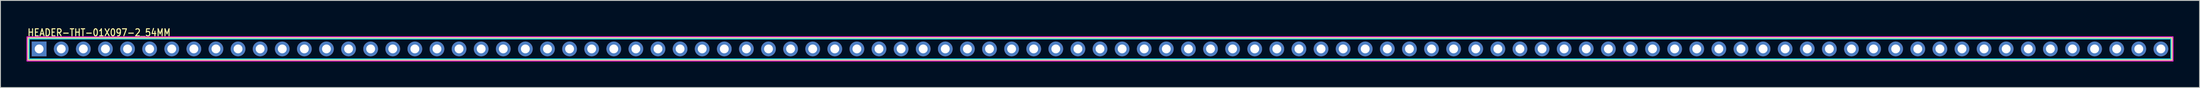
<source format=kicad_pcb>
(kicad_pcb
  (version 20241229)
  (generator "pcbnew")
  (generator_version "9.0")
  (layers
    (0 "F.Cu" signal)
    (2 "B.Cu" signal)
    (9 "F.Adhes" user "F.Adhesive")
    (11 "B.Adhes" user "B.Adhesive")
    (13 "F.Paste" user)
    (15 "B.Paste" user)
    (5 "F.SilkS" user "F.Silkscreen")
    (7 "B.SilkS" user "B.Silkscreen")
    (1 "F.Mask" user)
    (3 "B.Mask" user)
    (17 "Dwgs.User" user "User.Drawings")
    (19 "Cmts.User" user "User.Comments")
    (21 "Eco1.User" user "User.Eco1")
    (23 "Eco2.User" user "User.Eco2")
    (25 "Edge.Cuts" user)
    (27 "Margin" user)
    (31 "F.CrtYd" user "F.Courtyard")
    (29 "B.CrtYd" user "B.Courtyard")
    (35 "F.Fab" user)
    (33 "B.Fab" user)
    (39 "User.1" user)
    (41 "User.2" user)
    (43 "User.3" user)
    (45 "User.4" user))
  (footprint "HEADER-THT-01X097-2_54MM"
    (layer "F.Cu")
    (at 1.447 2.579)
    (property "Reference" "HEADER-THT-01X097-2_54MM" (at -1.4 -1.4 0) (unlocked yes) (layer "F.SilkS") (effects (font (size 0.813 0.695) (thickness 0.122)) (justify left bottom)))
    (fp_line (start -1.27 -1.27) (end -1.27 1.27) (stroke (width 0.127) (type solid)) (layer "F.SilkS"))
    (fp_line (start -1.27 1.27) (end 245.11 1.27) (stroke (width 0.127) (type solid)) (layer "F.SilkS"))
    (fp_line (start 245.11 -1.27) (end -1.27 -1.27) (stroke (width 0.127) (type solid)) (layer "F.SilkS"))
    (fp_line (start 245.11 1.27) (end 245.11 -1.27) (stroke (width 0.127) (type solid)) (layer "F.SilkS"))
    (fp_poly (pts (xy -1.143 -1.143) (xy 244.983 -1.143) (xy 244.983 1.143) (xy -1.143 1.143)) (stroke (width 0.1) (type solid)) (fill no) (layer "B.CrtYd"))
    (fp_poly (pts (xy -1.397 -1.397) (xy 245.237 -1.397) (xy 245.237 1.397) (xy -1.397 1.397)) (stroke (width 0.1) (type solid)) (fill no) (layer "F.CrtYd"))
    (pad "1" thru_hole rect (at 0 0) (size 1.693 1.693) (drill 1.016) (layers "*.Cu" "*.Mask"))
    (pad "2" thru_hole oval (at 2.54 0) (size 1.693 1.693) (drill 1.016) (layers "*.Cu" "*.Mask"))
    (pad "3" thru_hole oval (at 5.08 0) (size 1.693 1.693) (drill 1.016) (layers "*.Cu" "*.Mask"))
    (pad "4" thru_hole oval (at 7.62 0) (size 1.693 1.693) (drill 1.016) (layers "*.Cu" "*.Mask"))
    (pad "5" thru_hole oval (at 10.16 0) (size 1.693 1.693) (drill 1.016) (layers "*.Cu" "*.Mask"))
    (pad "6" thru_hole oval (at 12.7 0) (size 1.693 1.693) (drill 1.016) (layers "*.Cu" "*.Mask"))
    (pad "7" thru_hole oval (at 15.24 0) (size 1.693 1.693) (drill 1.016) (layers "*.Cu" "*.Mask"))
    (pad "8" thru_hole oval (at 17.78 0) (size 1.693 1.693) (drill 1.016) (layers "*.Cu" "*.Mask"))
    (pad "9" thru_hole oval (at 20.32 0) (size 1.693 1.693) (drill 1.016) (layers "*.Cu" "*.Mask"))
    (pad "10" thru_hole oval (at 22.86 0) (size 1.693 1.693) (drill 1.016) (layers "*.Cu" "*.Mask"))
    (pad "11" thru_hole oval (at 25.4 0) (size 1.693 1.693) (drill 1.016) (layers "*.Cu" "*.Mask"))
    (pad "12" thru_hole oval (at 27.94 0) (size 1.693 1.693) (drill 1.016) (layers "*.Cu" "*.Mask"))
    (pad "13" thru_hole oval (at 30.48 0) (size 1.693 1.693) (drill 1.016) (layers "*.Cu" "*.Mask"))
    (pad "14" thru_hole oval (at 33.02 0) (size 1.693 1.693) (drill 1.016) (layers "*.Cu" "*.Mask"))
    (pad "15" thru_hole oval (at 35.56 0) (size 1.693 1.693) (drill 1.016) (layers "*.Cu" "*.Mask"))
    (pad "16" thru_hole oval (at 38.1 0) (size 1.693 1.693) (drill 1.016) (layers "*.Cu" "*.Mask"))
    (pad "17" thru_hole oval (at 40.64 0) (size 1.693 1.693) (drill 1.016) (layers "*.Cu" "*.Mask"))
    (pad "18" thru_hole oval (at 43.18 0) (size 1.693 1.693) (drill 1.016) (layers "*.Cu" "*.Mask"))
    (pad "19" thru_hole oval (at 45.72 0) (size 1.693 1.693) (drill 1.016) (layers "*.Cu" "*.Mask"))
    (pad "20" thru_hole oval (at 48.26 0) (size 1.693 1.693) (drill 1.016) (layers "*.Cu" "*.Mask"))
    (pad "21" thru_hole oval (at 50.8 0) (size 1.693 1.693) (drill 1.016) (layers "*.Cu" "*.Mask"))
    (pad "22" thru_hole oval (at 53.34 0) (size 1.693 1.693) (drill 1.016) (layers "*.Cu" "*.Mask"))
    (pad "23" thru_hole oval (at 55.88 0) (size 1.693 1.693) (drill 1.016) (layers "*.Cu" "*.Mask"))
    (pad "24" thru_hole oval (at 58.42 0) (size 1.693 1.693) (drill 1.016) (layers "*.Cu" "*.Mask"))
    (pad "25" thru_hole oval (at 60.96 0) (size 1.693 1.693) (drill 1.016) (layers "*.Cu" "*.Mask"))
    (pad "26" thru_hole oval (at 63.5 0) (size 1.693 1.693) (drill 1.016) (layers "*.Cu" "*.Mask"))
    (pad "27" thru_hole oval (at 66.04 0) (size 1.693 1.693) (drill 1.016) (layers "*.Cu" "*.Mask"))
    (pad "28" thru_hole oval (at 68.58 0) (size 1.693 1.693) (drill 1.016) (layers "*.Cu" "*.Mask"))
    (pad "29" thru_hole oval (at 71.12 0) (size 1.693 1.693) (drill 1.016) (layers "*.Cu" "*.Mask"))
    (pad "30" thru_hole oval (at 73.66 0) (size 1.693 1.693) (drill 1.016) (layers "*.Cu" "*.Mask"))
    (pad "31" thru_hole oval (at 76.2 0) (size 1.693 1.693) (drill 1.016) (layers "*.Cu" "*.Mask"))
    (pad "32" thru_hole oval (at 78.74 0) (size 1.693 1.693) (drill 1.016) (layers "*.Cu" "*.Mask"))
    (pad "33" thru_hole oval (at 81.28 0) (size 1.693 1.693) (drill 1.016) (layers "*.Cu" "*.Mask"))
    (pad "34" thru_hole oval (at 83.82 0) (size 1.693 1.693) (drill 1.016) (layers "*.Cu" "*.Mask"))
    (pad "35" thru_hole oval (at 86.36 0) (size 1.693 1.693) (drill 1.016) (layers "*.Cu" "*.Mask"))
    (pad "36" thru_hole oval (at 88.9 0) (size 1.693 1.693) (drill 1.016) (layers "*.Cu" "*.Mask"))
    (pad "37" thru_hole oval (at 91.44 0) (size 1.693 1.693) (drill 1.016) (layers "*.Cu" "*.Mask"))
    (pad "38" thru_hole oval (at 93.98 0) (size 1.693 1.693) (drill 1.016) (layers "*.Cu" "*.Mask"))
    (pad "39" thru_hole oval (at 96.52 0) (size 1.693 1.693) (drill 1.016) (layers "*.Cu" "*.Mask"))
    (pad "40" thru_hole oval (at 99.06 0) (size 1.693 1.693) (drill 1.016) (layers "*.Cu" "*.Mask"))
    (pad "41" thru_hole oval (at 101.6 0) (size 1.693 1.693) (drill 1.016) (layers "*.Cu" "*.Mask"))
    (pad "42" thru_hole oval (at 104.14 0) (size 1.693 1.693) (drill 1.016) (layers "*.Cu" "*.Mask"))
    (pad "43" thru_hole oval (at 106.68 0) (size 1.693 1.693) (drill 1.016) (layers "*.Cu" "*.Mask"))
    (pad "44" thru_hole oval (at 109.22 0) (size 1.693 1.693) (drill 1.016) (layers "*.Cu" "*.Mask"))
    (pad "45" thru_hole oval (at 111.76 0) (size 1.693 1.693) (drill 1.016) (layers "*.Cu" "*.Mask"))
    (pad "46" thru_hole oval (at 114.3 0) (size 1.693 1.693) (drill 1.016) (layers "*.Cu" "*.Mask"))
    (pad "47" thru_hole oval (at 116.84 0) (size 1.693 1.693) (drill 1.016) (layers "*.Cu" "*.Mask"))
    (pad "48" thru_hole oval (at 119.38 0) (size 1.693 1.693) (drill 1.016) (layers "*.Cu" "*.Mask"))
    (pad "49" thru_hole oval (at 121.92 0) (size 1.693 1.693) (drill 1.016) (layers "*.Cu" "*.Mask"))
    (pad "50" thru_hole oval (at 124.46 0) (size 1.693 1.693) (drill 1.016) (layers "*.Cu" "*.Mask"))
    (pad "51" thru_hole oval (at 127 0) (size 1.693 1.693) (drill 1.016) (layers "*.Cu" "*.Mask"))
    (pad "52" thru_hole oval (at 129.54 0) (size 1.693 1.693) (drill 1.016) (layers "*.Cu" "*.Mask"))
    (pad "53" thru_hole oval (at 132.08 0) (size 1.693 1.693) (drill 1.016) (layers "*.Cu" "*.Mask"))
    (pad "54" thru_hole oval (at 134.62 0) (size 1.693 1.693) (drill 1.016) (layers "*.Cu" "*.Mask"))
    (pad "55" thru_hole oval (at 137.16 0) (size 1.693 1.693) (drill 1.016) (layers "*.Cu" "*.Mask"))
    (pad "56" thru_hole oval (at 139.7 0) (size 1.693 1.693) (drill 1.016) (layers "*.Cu" "*.Mask"))
    (pad "57" thru_hole oval (at 142.24 0) (size 1.693 1.693) (drill 1.016) (layers "*.Cu" "*.Mask"))
    (pad "58" thru_hole oval (at 144.78 0) (size 1.693 1.693) (drill 1.016) (layers "*.Cu" "*.Mask"))
    (pad "59" thru_hole oval (at 147.32 0) (size 1.693 1.693) (drill 1.016) (layers "*.Cu" "*.Mask"))
    (pad "60" thru_hole oval (at 149.86 0) (size 1.693 1.693) (drill 1.016) (layers "*.Cu" "*.Mask"))
    (pad "61" thru_hole oval (at 152.4 0) (size 1.693 1.693) (drill 1.016) (layers "*.Cu" "*.Mask"))
    (pad "62" thru_hole oval (at 154.94 0) (size 1.693 1.693) (drill 1.016) (layers "*.Cu" "*.Mask"))
    (pad "63" thru_hole oval (at 157.48 0) (size 1.693 1.693) (drill 1.016) (layers "*.Cu" "*.Mask"))
    (pad "64" thru_hole oval (at 160.02 0) (size 1.693 1.693) (drill 1.016) (layers "*.Cu" "*.Mask"))
    (pad "65" thru_hole oval (at 162.56 0) (size 1.693 1.693) (drill 1.016) (layers "*.Cu" "*.Mask"))
    (pad "66" thru_hole oval (at 165.1 0) (size 1.693 1.693) (drill 1.016) (layers "*.Cu" "*.Mask"))
    (pad "67" thru_hole oval (at 167.64 0) (size 1.693 1.693) (drill 1.016) (layers "*.Cu" "*.Mask"))
    (pad "68" thru_hole oval (at 170.18 0) (size 1.693 1.693) (drill 1.016) (layers "*.Cu" "*.Mask"))
    (pad "69" thru_hole oval (at 172.72 0) (size 1.693 1.693) (drill 1.016) (layers "*.Cu" "*.Mask"))
    (pad "70" thru_hole oval (at 175.26 0) (size 1.693 1.693) (drill 1.016) (layers "*.Cu" "*.Mask"))
    (pad "71" thru_hole oval (at 177.8 0) (size 1.693 1.693) (drill 1.016) (layers "*.Cu" "*.Mask"))
    (pad "72" thru_hole oval (at 180.34 0) (size 1.693 1.693) (drill 1.016) (layers "*.Cu" "*.Mask"))
    (pad "73" thru_hole oval (at 182.88 0) (size 1.693 1.693) (drill 1.016) (layers "*.Cu" "*.Mask"))
    (pad "74" thru_hole oval (at 185.42 0) (size 1.693 1.693) (drill 1.016) (layers "*.Cu" "*.Mask"))
    (pad "75" thru_hole oval (at 187.96 0) (size 1.693 1.693) (drill 1.016) (layers "*.Cu" "*.Mask"))
    (pad "76" thru_hole oval (at 190.5 0) (size 1.693 1.693) (drill 1.016) (layers "*.Cu" "*.Mask"))
    (pad "77" thru_hole oval (at 193.04 0) (size 1.693 1.693) (drill 1.016) (layers "*.Cu" "*.Mask"))
    (pad "78" thru_hole oval (at 195.58 0) (size 1.693 1.693) (drill 1.016) (layers "*.Cu" "*.Mask"))
    (pad "79" thru_hole oval (at 198.12 0) (size 1.693 1.693) (drill 1.016) (layers "*.Cu" "*.Mask"))
    (pad "80" thru_hole oval (at 200.66 0) (size 1.693 1.693) (drill 1.016) (layers "*.Cu" "*.Mask"))
    (pad "81" thru_hole oval (at 203.2 0) (size 1.693 1.693) (drill 1.016) (layers "*.Cu" "*.Mask"))
    (pad "82" thru_hole oval (at 205.74 0) (size 1.693 1.693) (drill 1.016) (layers "*.Cu" "*.Mask"))
    (pad "83" thru_hole oval (at 208.28 0) (size 1.693 1.693) (drill 1.016) (layers "*.Cu" "*.Mask"))
    (pad "84" thru_hole oval (at 210.82 0) (size 1.693 1.693) (drill 1.016) (layers "*.Cu" "*.Mask"))
    (pad "85" thru_hole oval (at 213.36 0) (size 1.693 1.693) (drill 1.016) (layers "*.Cu" "*.Mask"))
    (pad "86" thru_hole oval (at 215.9 0) (size 1.693 1.693) (drill 1.016) (layers "*.Cu" "*.Mask"))
    (pad "87" thru_hole oval (at 218.44 0) (size 1.693 1.693) (drill 1.016) (layers "*.Cu" "*.Mask"))
    (pad "88" thru_hole oval (at 220.98 0) (size 1.693 1.693) (drill 1.016) (layers "*.Cu" "*.Mask"))
    (pad "89" thru_hole oval (at 223.52 0) (size 1.693 1.693) (drill 1.016) (layers "*.Cu" "*.Mask"))
    (pad "90" thru_hole oval (at 226.06 0) (size 1.693 1.693) (drill 1.016) (layers "*.Cu" "*.Mask"))
    (pad "91" thru_hole oval (at 228.6 0) (size 1.693 1.693) (drill 1.016) (layers "*.Cu" "*.Mask"))
    (pad "92" thru_hole oval (at 231.14 0) (size 1.693 1.693) (drill 1.016) (layers "*.Cu" "*.Mask"))
    (pad "93" thru_hole oval (at 233.68 0) (size 1.693 1.693) (drill 1.016) (layers "*.Cu" "*.Mask"))
    (pad "94" thru_hole oval (at 236.22 0) (size 1.693 1.693) (drill 1.016) (layers "*.Cu" "*.Mask"))
    (pad "95" thru_hole oval (at 238.76 0) (size 1.693 1.693) (drill 1.016) (layers "*.Cu" "*.Mask"))
    (pad "96" thru_hole oval (at 241.3 0) (size 1.693 1.693) (drill 1.016) (layers "*.Cu" "*.Mask"))
    (pad "97" thru_hole oval (at 243.84 0) (size 1.693 1.693) (drill 1.016) (layers "*.Cu" "*.Mask")))
  (gr_rect
    (start -3 -3)
    (end 249.734 7.026)
    (stroke (width 0.1) (type default))
    (fill no)
    (layer "Edge.Cuts")))
</source>
